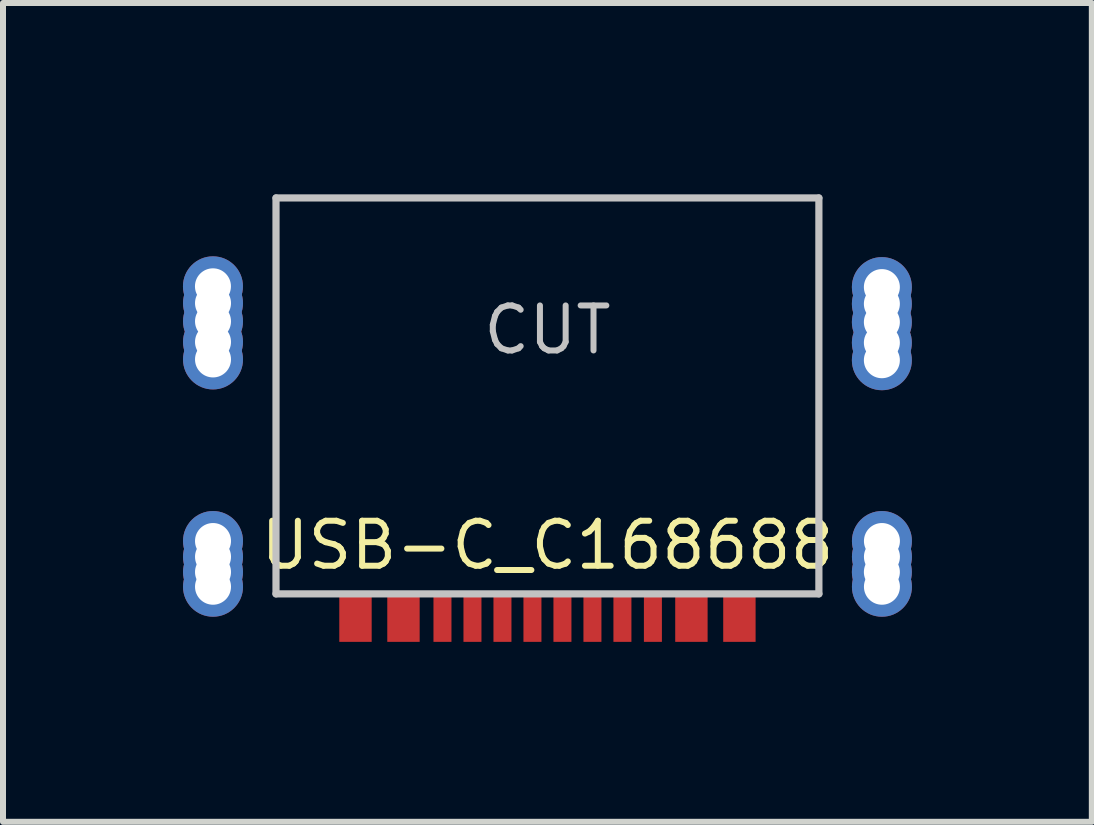
<source format=kicad_pcb>
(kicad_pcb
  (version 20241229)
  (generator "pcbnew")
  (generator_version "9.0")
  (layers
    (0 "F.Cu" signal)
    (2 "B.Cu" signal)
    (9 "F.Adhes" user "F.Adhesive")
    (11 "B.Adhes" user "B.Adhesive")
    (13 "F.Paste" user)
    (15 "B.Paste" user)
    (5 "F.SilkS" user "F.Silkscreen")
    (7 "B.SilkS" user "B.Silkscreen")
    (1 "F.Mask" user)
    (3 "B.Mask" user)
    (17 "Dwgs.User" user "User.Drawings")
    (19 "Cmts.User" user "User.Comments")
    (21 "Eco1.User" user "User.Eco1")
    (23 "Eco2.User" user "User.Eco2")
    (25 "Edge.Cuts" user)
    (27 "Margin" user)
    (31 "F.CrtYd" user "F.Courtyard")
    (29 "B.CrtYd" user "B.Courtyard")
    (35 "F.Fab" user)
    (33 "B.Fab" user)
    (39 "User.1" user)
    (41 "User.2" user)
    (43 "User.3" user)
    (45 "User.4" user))
  (footprint "USB-C_C168688"
    (layer "F.Cu")
    (at 6.076 0.25)
    (property "Reference" "USB-C_C168688" (at 0 5.789 0) (layer "F.SilkS") (effects (font (size 0.75 0.75) (thickness 0.1))))
    (attr smd)
    (fp_line (start -4.525 0) (end -4.525 6.6) (stroke (width 0.12) (type solid)) (layer "Dwgs.User"))
    (fp_line (start -4.525 0) (end 4.525 0) (stroke (width 0.12) (type solid)) (layer "Dwgs.User"))
    (fp_line (start -4.525 6.6) (end 4.525 6.6) (stroke (width 0.12) (type solid)) (layer "Dwgs.User"))
    (fp_line (start 4.525 0) (end 4.525 6.6) (stroke (width 0.12) (type solid)) (layer "Dwgs.User"))
    (fp_text user "CUT" (at 0 2.2 0) (layer "Dwgs.User") (effects (font (size 0.75 0.75) (thickness 0.1))))
    (pad "A1" smd rect (at -3.2 7) (size 0.54 0.8) (layers "F.Cu" "F.Mask" "F.Paste"))
    (pad "A1" smd rect (at 3.2 7) (size 0.54 0.8) (layers "F.Cu" "F.Mask" "F.Paste"))
    (pad "A4" smd rect (at -2.4 7) (size 0.54 0.8) (layers "F.Cu" "F.Mask" "F.Paste"))
    (pad "A4" smd rect (at 2.4 7) (size 0.54 0.8) (layers "F.Cu" "F.Mask" "F.Paste"))
    (pad "A5" smd rect (at 1.25 7) (size 0.3 0.8) (layers "F.Cu" "F.Mask" "F.Paste"))
    (pad "A6" smd rect (at 0.25 7) (size 0.3 0.8) (layers "F.Cu" "F.Mask" "F.Paste"))
    (pad "A7" smd rect (at -0.25 7) (size 0.3 0.8) (layers "F.Cu" "F.Mask" "F.Paste"))
    (pad "A8" smd rect (at -1.25 7) (size 0.3 0.8) (layers "F.Cu" "F.Mask" "F.Paste"))
    (pad "B5" smd rect (at -1.75 7) (size 0.3 0.8) (layers "F.Cu" "F.Mask" "F.Paste"))
    (pad "B6" smd rect (at -0.75 7) (size 0.3 0.8) (layers "F.Cu" "F.Mask" "F.Paste"))
    (pad "B7" smd rect (at 0.75 7) (size 0.3 0.8) (layers "F.Cu" "F.Mask" "F.Paste"))
    (pad "B8" smd rect (at 1.758 7) (size 0.3 0.8) (layers "F.Cu" "F.Mask" "F.Paste"))
    (pad "S1" thru_hole circle (at -5.576 1.473) (size 1 1) (drill 0.6) (layers "*.Cu" "*.Mask"))
    (pad "S1" thru_hole circle (at -5.575 1.753) (size 1 1) (drill 0.6) (layers "*.Cu" "*.Mask"))
    (pad "S1" thru_hole circle (at -5.575 2.057) (size 1 1) (drill 0.6) (layers "*.Cu" "*.Mask"))
    (pad "S1" thru_hole circle (at -5.575 2.4) (size 1 1) (drill 0.6) (layers "*.Cu" "*.Mask"))
    (pad "S1" thru_hole circle (at -5.575 2.692) (size 1 1) (drill 0.6) (layers "*.Cu" "*.Mask"))
    (pad "S1" thru_hole circle (at -5.575 6.236) (size 1 1) (drill 0.6) (layers "*.Cu" "*.Mask"))
    (pad "S1" thru_hole circle (at -5.575 5.719) (size 1 1) (drill 0.6) (layers "*.Cu" "*.Mask"))
    (pad "S1" thru_hole circle (at -5.575 5.982) (size 1 1) (drill 0.6) (layers "*.Cu" "*.Mask"))
    (pad "S1" thru_hole circle (at -5.575 6.481) (size 1 1) (drill 0.6) (layers "*.Cu" "*.Mask"))
    (pad "S1" thru_hole circle (at 5.575 1.486) (size 1 1) (drill 0.6) (layers "*.Cu" "*.Mask"))
    (pad "S1" thru_hole circle (at 5.575 1.765) (size 1 1) (drill 0.6) (layers "*.Cu" "*.Mask"))
    (pad "S1" thru_hole circle (at 5.575 2.07) (size 1 1) (drill 0.6) (layers "*.Cu" "*.Mask"))
    (pad "S1" thru_hole circle (at 5.575 2.413) (size 1 1) (drill 0.6) (layers "*.Cu" "*.Mask"))
    (pad "S1" thru_hole circle (at 5.575 2.705) (size 1 1) (drill 0.6) (layers "*.Cu" "*.Mask"))
    (pad "S1" thru_hole circle (at 5.575 6.236) (size 1 1) (drill 0.6) (layers "*.Cu" "*.Mask"))
    (pad "S1" thru_hole circle (at 5.576 5.719) (size 1 1) (drill 0.6) (layers "*.Cu" "*.Mask"))
    (pad "S1" thru_hole circle (at 5.576 5.982) (size 1 1) (drill 0.6) (layers "*.Cu" "*.Mask"))
    (pad "S1" thru_hole circle (at 5.576 6.481) (size 1 1) (drill 0.6) (layers "*.Cu" "*.Mask")))
  (gr_rect
    (start -3 -3)
    (end 15.151 10.65)
    (stroke (width 0.1) (type default))
    (fill no)
    (layer "Edge.Cuts")))
</source>
